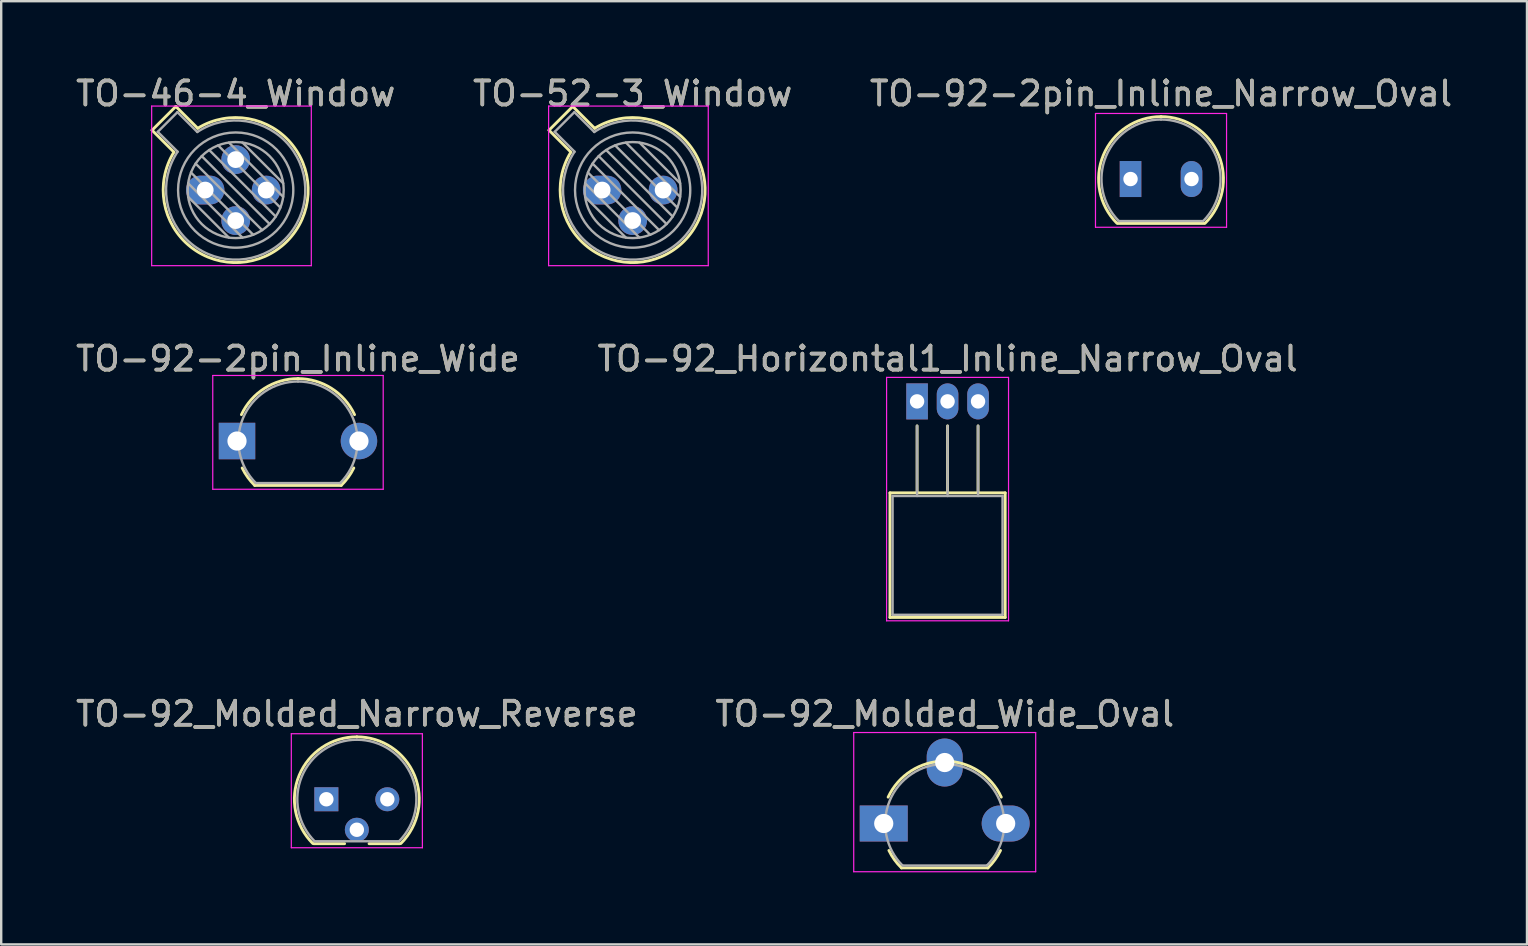
<source format=kicad_pcb>
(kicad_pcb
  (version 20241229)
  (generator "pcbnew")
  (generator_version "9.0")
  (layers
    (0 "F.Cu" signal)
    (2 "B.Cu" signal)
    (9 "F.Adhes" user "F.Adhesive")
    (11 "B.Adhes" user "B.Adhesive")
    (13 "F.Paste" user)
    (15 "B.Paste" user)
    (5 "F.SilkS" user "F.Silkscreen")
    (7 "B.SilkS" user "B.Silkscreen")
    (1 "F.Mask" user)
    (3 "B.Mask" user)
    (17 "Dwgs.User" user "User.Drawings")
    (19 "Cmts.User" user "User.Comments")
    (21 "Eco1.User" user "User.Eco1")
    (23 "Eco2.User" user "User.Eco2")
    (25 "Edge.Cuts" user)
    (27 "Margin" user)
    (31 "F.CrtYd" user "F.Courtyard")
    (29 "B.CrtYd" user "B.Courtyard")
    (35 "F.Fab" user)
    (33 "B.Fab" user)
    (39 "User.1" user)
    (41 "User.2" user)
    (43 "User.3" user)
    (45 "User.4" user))
  (footprint "TO-92-2pin_Inline_Narrow_Oval"
    (layer "F.Cu")
    (at 44.045 4.408)
    (property "Reference" "TO-92-2pin_Inline_Narrow_Oval" (at 1.27 -3.56 0) (layer "F.SilkS") (effects (font (size 1 1) (thickness 0.15))))
    (attr through_hole)
    (fp_line (start -0.53 1.85) (end 3.07 1.85) (stroke (width 0.12) (type solid)) (layer "F.SilkS"))
    (fp_arc (start -0.568478 1.838478) (mid -1.132087 -0.994977) (end 1.27 -2.6) (stroke (width 0.12) (type solid)) (layer "F.SilkS"))
    (fp_arc (start 1.27 -2.6) (mid 3.672087 -0.994977) (end 3.108478 1.838478) (stroke (width 0.12) (type solid)) (layer "F.SilkS"))
    (fp_line (start -1.46 -2.73) (end -1.46 2.01) (stroke (width 0.05) (type solid)) (layer "F.CrtYd"))
    (fp_line (start -1.46 -2.73) (end 4 -2.73) (stroke (width 0.05) (type solid)) (layer "F.CrtYd"))
    (fp_line (start 4 2.01) (end -1.46 2.01) (stroke (width 0.05) (type solid)) (layer "F.CrtYd"))
    (fp_line (start 4 2.01) (end 4 -2.73) (stroke (width 0.05) (type solid)) (layer "F.CrtYd"))
    (fp_line (start -0.5 1.75) (end 3 1.75) (stroke (width 0.1) (type solid)) (layer "F.Fab"))
    (fp_arc (start -0.483625 1.753625) (mid -1.021221 -0.949055) (end 1.27 -2.48) (stroke (width 0.1) (type solid)) (layer "F.Fab"))
    (fp_arc (start 1.27 -2.48) (mid 3.561221 -0.949055) (end 3.023625 1.753625) (stroke (width 0.1) (type solid)) (layer "F.Fab"))
    (fp_text user "${REFERENCE}" (at 1.27 -3.56 0) (layer "F.Fab") (effects (font (size 1 1) (thickness 0.15))))
    (pad "1" thru_hole rect (at 0 0 180) (size 0.9 1.5) (drill 0.6) (layers "*.Cu" "*.Mask"))
    (pad "2" thru_hole oval (at 2.54 0 180) (size 0.9 1.5) (drill 0.6) (layers "*.Cu" "*.Mask")))
  (footprint "TO-52-3_Window"
    (layer "F.Cu")
    (at 22.034 4.868)
    (property "Reference" "TO-52-3_Window" (at 1.27 -4.02 0) (layer "F.SilkS") (effects (font (size 1 1) (thickness 0.15))))
    (attr through_hole)
    (fp_line (start -2.214 -2.494) (end -1.302 -1.582) (stroke (width 0.12) (type solid)) (layer "F.SilkS"))
    (fp_line (start -1.224 -3.484) (end -2.214 -2.494) (stroke (width 0.12) (type solid)) (layer "F.SilkS"))
    (fp_line (start -0.312 -2.572) (end -1.224 -3.484) (stroke (width 0.12) (type solid)) (layer "F.SilkS"))
    (fp_arc (start -0.312331 -2.572281) (mid 3.405374 2.135551) (end -1.30215 -1.582544) (stroke (width 0.12) (type solid)) (layer "F.SilkS"))
    (fp_line (start -2.23 -3.5) (end -2.23 3.15) (stroke (width 0.05) (type solid)) (layer "F.CrtYd"))
    (fp_line (start -2.23 3.15) (end 4.42 3.15) (stroke (width 0.05) (type solid)) (layer "F.CrtYd"))
    (fp_line (start 4.42 -3.5) (end -2.23 -3.5) (stroke (width 0.05) (type solid)) (layer "F.CrtYd"))
    (fp_line (start 4.42 3.15) (end 4.42 -3.5) (stroke (width 0.05) (type solid)) (layer "F.CrtYd"))
    (fp_line (start -1.977 -2.426) (end -1.149 -1.599) (stroke (width 0.1) (type solid)) (layer "F.Fab"))
    (fp_line (start -1.156 -3.247) (end -1.977 -2.426) (stroke (width 0.1) (type solid)) (layer "F.Fab"))
    (fp_line (start -0.71 -0.283) (end 1.553 1.98) (stroke (width 0.1) (type solid)) (layer "F.Fab"))
    (fp_line (start -0.71 0.283) (end 0.987 1.98) (stroke (width 0.1) (type solid)) (layer "F.Fab"))
    (fp_line (start -0.592 -0.731) (end 2.001 1.862) (stroke (width 0.1) (type solid)) (layer "F.Fab"))
    (fp_line (start -0.399 -1.103) (end 2.373 1.669) (stroke (width 0.1) (type solid)) (layer "F.Fab"))
    (fp_line (start -0.329 -2.419) (end -1.156 -3.247) (stroke (width 0.1) (type solid)) (layer "F.Fab"))
    (fp_line (start -0.145 -1.415) (end 2.685 1.415) (stroke (width 0.1) (type solid)) (layer "F.Fab"))
    (fp_line (start 0.167 -1.669) (end 2.939 1.103) (stroke (width 0.1) (type solid)) (layer "F.Fab"))
    (fp_line (start 0.539 -1.862) (end 3.132 0.731) (stroke (width 0.1) (type solid)) (layer "F.Fab"))
    (fp_line (start 0.987 -1.98) (end 3.25 0.283) (stroke (width 0.1) (type solid)) (layer "F.Fab"))
    (fp_line (start 1.553 -1.98) (end 3.25 -0.283) (stroke (width 0.1) (type solid)) (layer "F.Fab"))
    (fp_arc (start -0.329057 -2.419301) (mid 3.321076 2.050143) (end -1.150029 -1.597956) (stroke (width 0.1) (type solid)) (layer "F.Fab"))
    (fp_circle (center 1.27 0) (end 3.27 0) (stroke (width 0.1) (type solid)) (fill no) (layer "F.Fab"))
    (fp_circle (center 1.27 0) (end 3.67 0) (stroke (width 0.1) (type solid)) (fill no) (layer "F.Fab"))
    (fp_text user "${REFERENCE}" (at 1.27 -4.02 0) (layer "F.Fab") (effects (font (size 1 1) (thickness 0.15))))
    (pad "1" thru_hole oval (at 0 0) (size 1.6 1.2) (drill 0.7) (layers "*.Cu" "*.Mask"))
    (pad "2" thru_hole oval (at 1.27 1.27) (size 1.2 1.2) (drill 0.7) (layers "*.Cu" "*.Mask"))
    (pad "3" thru_hole oval (at 2.54 0) (size 1.2 1.2) (drill 0.7) (layers "*.Cu" "*.Mask")))
  (footprint "TO-92_Molded_Narrow_Reverse"
    (layer "F.Cu")
    (at 10.545 30.245)
    (property "Reference" "TO-92_Molded_Narrow_Reverse" (at 1.27 -3.56 180) (layer "F.SilkS") (effects (font (size 1 1) (thickness 0.15))))
    (attr through_hole)
    (fp_line (start -0.53 1.85) (end 0.76 1.85) (stroke (width 0.12) (type solid)) (layer "F.SilkS"))
    (fp_line (start 1.78 1.85) (end 3.07 1.85) (stroke (width 0.12) (type solid)) (layer "F.SilkS"))
    (fp_arc (start -0.568478 1.838478) (mid -1.132087 -0.994977) (end 1.27 -2.6) (stroke (width 0.12) (type solid)) (layer "F.SilkS"))
    (fp_arc (start 1.27 -2.6) (mid 3.672087 -0.994977) (end 3.108478 1.838478) (stroke (width 0.12) (type solid)) (layer "F.SilkS"))
    (fp_line (start -1.46 -2.73) (end -1.46 2.02) (stroke (width 0.05) (type solid)) (layer "F.CrtYd"))
    (fp_line (start -1.46 -2.73) (end 4 -2.73) (stroke (width 0.05) (type solid)) (layer "F.CrtYd"))
    (fp_line (start 4 2.02) (end -1.46 2.02) (stroke (width 0.05) (type solid)) (layer "F.CrtYd"))
    (fp_line (start 4 2.02) (end 4 -2.73) (stroke (width 0.05) (type solid)) (layer "F.CrtYd"))
    (fp_line (start -0.5 1.75) (end 3 1.75) (stroke (width 0.1) (type solid)) (layer "F.Fab"))
    (fp_arc (start -0.483625 1.753625) (mid -1.021221 -0.949055) (end 1.27 -2.48) (stroke (width 0.1) (type solid)) (layer "F.Fab"))
    (fp_arc (start 1.27 -2.48) (mid 3.561221 -0.949055) (end 3.023625 1.753625) (stroke (width 0.1) (type solid)) (layer "F.Fab"))
    (fp_text user "${REFERENCE}" (at 1.27 -3.56 180) (layer "F.Fab") (effects (font (size 1 1) (thickness 0.15))))
    (pad "1" thru_hole rect (at 0 0 90) (size 1 1) (drill 0.6) (layers "*.Cu" "*.Mask"))
    (pad "2" thru_hole circle (at 1.27 1.27 90) (size 1 1) (drill 0.6) (layers "*.Cu" "*.Mask"))
    (pad "3" thru_hole circle (at 2.54 0 90) (size 1 1) (drill 0.6) (layers "*.Cu" "*.Mask")))
  (footprint "TO-92_Molded_Wide_Oval"
    (layer "F.Cu")
    (at 33.764 31.255)
    (property "Reference" "TO-92_Molded_Wide_Oval" (at 2.54 -4.57 0) (layer "F.SilkS") (effects (font (size 1 1) (thickness 0.15))))
    (attr through_hole)
    (fp_line (start 0.74 1.85) (end 4.34 1.85) (stroke (width 0.12) (type solid)) (layer "F.SilkS"))
    (fp_arc (start 0.1836 -1.098807) (mid 1.143021 -2.192817) (end 2.54 -2.6) (stroke (width 0.12) (type solid)) (layer "F.SilkS"))
    (fp_arc (start 0.74 1.85) (mid 0.446097 1.509328) (end 0.215816 1.122795) (stroke (width 0.12) (type solid)) (layer "F.SilkS"))
    (fp_arc (start 2.54 -2.6) (mid 3.936979 -2.192818) (end 4.8964 -1.098807) (stroke (width 0.12) (type solid)) (layer "F.SilkS"))
    (fp_arc (start 4.864184 1.122795) (mid 4.633903 1.509328) (end 4.34 1.85) (stroke (width 0.12) (type solid)) (layer "F.SilkS"))
    (fp_line (start -1.25 -3.79) (end -1.25 2.01) (stroke (width 0.05) (type solid)) (layer "F.CrtYd"))
    (fp_line (start -1.25 -3.79) (end 6.33 -3.79) (stroke (width 0.05) (type solid)) (layer "F.CrtYd"))
    (fp_line (start 6.33 2.01) (end -1.25 2.01) (stroke (width 0.05) (type solid)) (layer "F.CrtYd"))
    (fp_line (start 6.33 2.01) (end 6.33 -3.79) (stroke (width 0.05) (type solid)) (layer "F.CrtYd"))
    (fp_line (start 0.8 1.75) (end 4.3 1.75) (stroke (width 0.1) (type solid)) (layer "F.Fab"))
    (fp_arc (start 0.786375 1.753625) (mid 0.248779 -0.949055) (end 2.54 -2.48) (stroke (width 0.1) (type solid)) (layer "F.Fab"))
    (fp_arc (start 2.54 -2.48) (mid 4.831221 -0.949055) (end 4.293625 1.753625) (stroke (width 0.1) (type solid)) (layer "F.Fab"))
    (fp_text user "${REFERENCE}" (at 2.54 -4.57 0) (layer "F.Fab") (effects (font (size 1 1) (thickness 0.15))))
    (pad "1" thru_hole rect (at 0 0 90) (size 1.5 2) (drill 0.8) (layers "*.Cu" "*.Mask"))
    (pad "2" thru_hole oval (at 2.54 -2.54 90) (size 2 1.5) (drill 0.8) (layers "*.Cu" "*.Mask"))
    (pad "3" thru_hole oval (at 5.08 0 90) (size 1.5 2) (drill 0.8) (layers "*.Cu" "*.Mask")))
  (footprint "TO-92_Horizontal1_Inline_Narrow_Oval"
    (layer "F.Cu")
    (at 35.153 13.671)
    (property "Reference" "TO-92_Horizontal1_Inline_Narrow_Oval" (at 1.27 -1.78 180) (layer "F.SilkS") (effects (font (size 1 1) (thickness 0.15))))
    (attr through_hole)
    (fp_line (start -1.13 3.81) (end 3.67 3.81) (stroke (width 0.12) (type solid)) (layer "F.SilkS"))
    (fp_line (start -1.13 9) (end -1.13 3.81) (stroke (width 0.12) (type solid)) (layer "F.SilkS"))
    (fp_line (start 0 1.02) (end 0 3.81) (stroke (width 0.12) (type solid)) (layer "F.SilkS"))
    (fp_line (start 1.27 1.02) (end 1.27 3.81) (stroke (width 0.12) (type solid)) (layer "F.SilkS"))
    (fp_line (start 2.54 1.02) (end 2.54 3.81) (stroke (width 0.12) (type solid)) (layer "F.SilkS"))
    (fp_line (start 3.67 3.81) (end 3.67 9) (stroke (width 0.12) (type solid)) (layer "F.SilkS"))
    (fp_line (start 3.67 9) (end -1.13 9) (stroke (width 0.12) (type solid)) (layer "F.SilkS"))
    (fp_line (start -1.27 -1) (end -1.27 9.14) (stroke (width 0.05) (type solid)) (layer "F.CrtYd"))
    (fp_line (start -1.27 -1) (end 3.81 -1) (stroke (width 0.05) (type solid)) (layer "F.CrtYd"))
    (fp_line (start 3.81 9.14) (end -1.27 9.14) (stroke (width 0.05) (type solid)) (layer "F.CrtYd"))
    (fp_line (start 3.81 9.14) (end 3.81 -1) (stroke (width 0.05) (type solid)) (layer "F.CrtYd"))
    (fp_line (start -1.02 3.94) (end 3.56 3.94) (stroke (width 0.1) (type solid)) (layer "F.Fab"))
    (fp_line (start -1.02 8.89) (end -1.02 3.94) (stroke (width 0.1) (type solid)) (layer "F.Fab"))
    (fp_line (start 0 3.94) (end 0 1.02) (stroke (width 0.1) (type solid)) (layer "F.Fab"))
    (fp_line (start 1.27 3.94) (end 1.27 1.02) (stroke (width 0.1) (type solid)) (layer "F.Fab"))
    (fp_line (start 2.54 3.94) (end 2.54 1.02) (stroke (width 0.1) (type solid)) (layer "F.Fab"))
    (fp_line (start 3.56 3.94) (end 3.56 8.89) (stroke (width 0.1) (type solid)) (layer "F.Fab"))
    (fp_line (start 3.56 8.89) (end -1.02 8.89) (stroke (width 0.1) (type solid)) (layer "F.Fab"))
    (fp_text user "${REFERENCE}" (at 1.27 -1.78 180) (layer "F.Fab") (effects (font (size 1 1) (thickness 0.15))))
    (pad "1" thru_hole rect (at 0 0 180) (size 0.9 1.5) (drill 0.6) (layers "*.Cu" "*.Mask"))
    (pad "2" thru_hole oval (at 1.27 0 180) (size 0.9 1.5) (drill 0.6) (layers "*.Cu" "*.Mask"))
    (pad "3" thru_hole oval (at 2.54 0 180) (size 0.9 1.5) (drill 0.6) (layers "*.Cu" "*.Mask")))
  (footprint "TO-46-4_Window"
    (layer "F.Cu")
    (at 5.498 4.868)
    (property "Reference" "TO-46-4_Window" (at 1.27 -4.02 0) (layer "F.SilkS") (effects (font (size 1 1) (thickness 0.15))))
    (attr through_hole)
    (fp_line (start -2.214 -2.494) (end -1.302 -1.582) (stroke (width 0.12) (type solid)) (layer "F.SilkS"))
    (fp_line (start -1.224 -3.484) (end -2.214 -2.494) (stroke (width 0.12) (type solid)) (layer "F.SilkS"))
    (fp_line (start -0.312 -2.572) (end -1.224 -3.484) (stroke (width 0.12) (type solid)) (layer "F.SilkS"))
    (fp_arc (start -0.312331 -2.572281) (mid 3.405374 2.135551) (end -1.30215 -1.582544) (stroke (width 0.12) (type solid)) (layer "F.SilkS"))
    (fp_line (start -2.23 -3.5) (end -2.23 3.15) (stroke (width 0.05) (type solid)) (layer "F.CrtYd"))
    (fp_line (start -2.23 3.15) (end 4.42 3.15) (stroke (width 0.05) (type solid)) (layer "F.CrtYd"))
    (fp_line (start 4.42 -3.5) (end -2.23 -3.5) (stroke (width 0.05) (type solid)) (layer "F.CrtYd"))
    (fp_line (start 4.42 3.15) (end 4.42 -3.5) (stroke (width 0.05) (type solid)) (layer "F.CrtYd"))
    (fp_line (start -1.977 -2.426) (end -1.149 -1.599) (stroke (width 0.1) (type solid)) (layer "F.Fab"))
    (fp_line (start -1.156 -3.247) (end -1.977 -2.426) (stroke (width 0.1) (type solid)) (layer "F.Fab"))
    (fp_line (start -0.71 -0.283) (end 1.553 1.98) (stroke (width 0.1) (type solid)) (layer "F.Fab"))
    (fp_line (start -0.71 0.283) (end 0.987 1.98) (stroke (width 0.1) (type solid)) (layer "F.Fab"))
    (fp_line (start -0.592 -0.731) (end 2.001 1.862) (stroke (width 0.1) (type solid)) (layer "F.Fab"))
    (fp_line (start -0.399 -1.103) (end 2.373 1.669) (stroke (width 0.1) (type solid)) (layer "F.Fab"))
    (fp_line (start -0.329 -2.419) (end -1.156 -3.247) (stroke (width 0.1) (type solid)) (layer "F.Fab"))
    (fp_line (start -0.145 -1.415) (end 2.685 1.415) (stroke (width 0.1) (type solid)) (layer "F.Fab"))
    (fp_line (start 0.167 -1.669) (end 2.939 1.103) (stroke (width 0.1) (type solid)) (layer "F.Fab"))
    (fp_line (start 0.539 -1.862) (end 3.132 0.731) (stroke (width 0.1) (type solid)) (layer "F.Fab"))
    (fp_line (start 0.987 -1.98) (end 3.25 0.283) (stroke (width 0.1) (type solid)) (layer "F.Fab"))
    (fp_line (start 1.553 -1.98) (end 3.25 -0.283) (stroke (width 0.1) (type solid)) (layer "F.Fab"))
    (fp_arc (start -0.329057 -2.419301) (mid 3.321076 2.050143) (end -1.150029 -1.597956) (stroke (width 0.1) (type solid)) (layer "F.Fab"))
    (fp_circle (center 1.27 0) (end 3.27 0) (stroke (width 0.1) (type solid)) (fill no) (layer "F.Fab"))
    (fp_circle (center 1.27 0) (end 3.67 0) (stroke (width 0.1) (type solid)) (fill no) (layer "F.Fab"))
    (fp_text user "${REFERENCE}" (at 1.27 -4.02 0) (layer "F.Fab") (effects (font (size 1 1) (thickness 0.15))))
    (pad "1" thru_hole oval (at 0 0) (size 1.6 1.2) (drill 0.7) (layers "*.Cu" "*.Mask"))
    (pad "2" thru_hole oval (at 1.27 1.27) (size 1.2 1.2) (drill 0.7) (layers "*.Cu" "*.Mask"))
    (pad "3" thru_hole oval (at 2.54 0) (size 1.2 1.2) (drill 0.7) (layers "*.Cu" "*.Mask"))
    (pad "4" thru_hole oval (at 1.27 -1.27) (size 1.2 1.2) (drill 0.7) (layers "*.Cu" "*.Mask")))
  (footprint "TO-92-2pin_Inline_Wide"
    (layer "F.Cu")
    (at 6.823 15.322)
    (property "Reference" "TO-92-2pin_Inline_Wide" (at 2.54 -3.43 180) (layer "F.SilkS") (effects (font (size 1 1) (thickness 0.15))))
    (attr through_hole)
    (fp_line (start 0.74 1.85) (end 4.34 1.85) (stroke (width 0.12) (type solid)) (layer "F.SilkS"))
    (fp_arc (start 0.1836 -1.098807) (mid 1.143021 -2.192817) (end 2.54 -2.6) (stroke (width 0.12) (type solid)) (layer "F.SilkS"))
    (fp_arc (start 0.74 1.85) (mid 0.446097 1.509328) (end 0.215816 1.122795) (stroke (width 0.12) (type solid)) (layer "F.SilkS"))
    (fp_arc (start 2.54 -2.6) (mid 3.936979 -2.192818) (end 4.8964 -1.098807) (stroke (width 0.12) (type solid)) (layer "F.SilkS"))
    (fp_arc (start 4.864184 1.122795) (mid 4.633903 1.509328) (end 4.34 1.85) (stroke (width 0.12) (type solid)) (layer "F.SilkS"))
    (fp_line (start -1.01 -2.73) (end -1.01 2.01) (stroke (width 0.05) (type solid)) (layer "F.CrtYd"))
    (fp_line (start -1.01 -2.73) (end 6.09 -2.73) (stroke (width 0.05) (type solid)) (layer "F.CrtYd"))
    (fp_line (start 6.09 2.01) (end -1.01 2.01) (stroke (width 0.05) (type solid)) (layer "F.CrtYd"))
    (fp_line (start 6.09 2.01) (end 6.09 -2.73) (stroke (width 0.05) (type solid)) (layer "F.CrtYd"))
    (fp_line (start 0.8 1.75) (end 4.3 1.75) (stroke (width 0.1) (type solid)) (layer "F.Fab"))
    (fp_arc (start 0.786375 1.753625) (mid 0.248779 -0.949055) (end 2.54 -2.48) (stroke (width 0.1) (type solid)) (layer "F.Fab"))
    (fp_arc (start 2.54 -2.48) (mid 4.831221 -0.949055) (end 4.293625 1.753625) (stroke (width 0.1) (type solid)) (layer "F.Fab"))
    (fp_text user "${REFERENCE}" (at 2.54 -3.43 180) (layer "F.Fab") (effects (font (size 1 1) (thickness 0.15))))
    (pad "1" thru_hole rect (at 0 0 90) (size 1.52 1.52) (drill 0.8) (layers "*.Cu" "*.Mask"))
    (pad "2" thru_hole circle (at 5.08 0 90) (size 1.52 1.52) (drill 0.8) (layers "*.Cu" "*.Mask")))
  (gr_rect
    (start -3 -3)
    (end 60.56 36.29)
    (stroke (width 0.1) (type default))
    (fill no)
    (layer "Edge.Cuts")))
</source>
